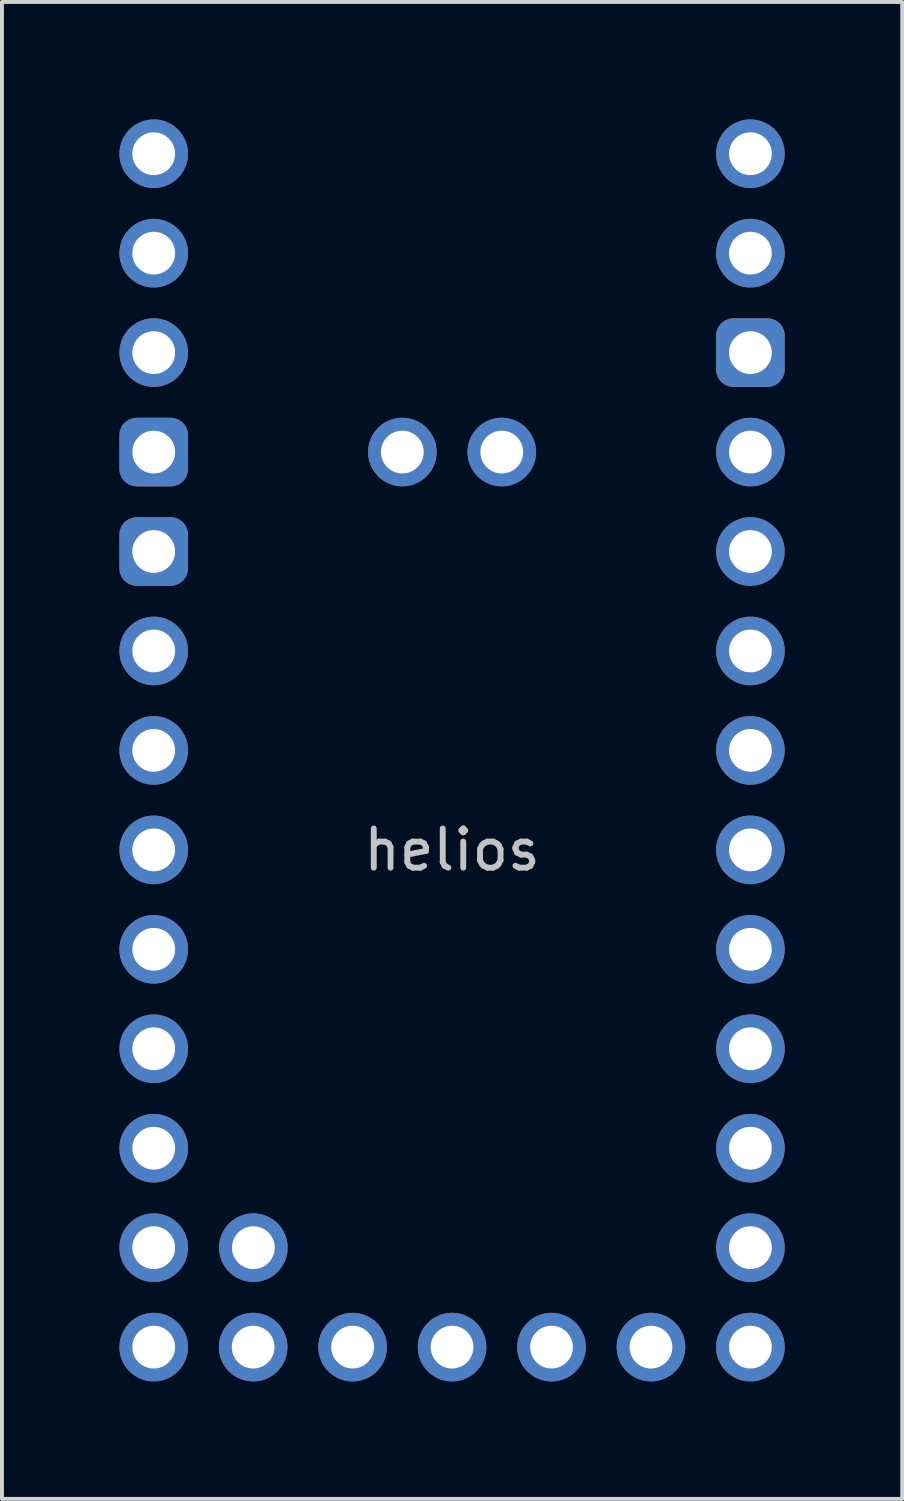
<source format=kicad_pcb>
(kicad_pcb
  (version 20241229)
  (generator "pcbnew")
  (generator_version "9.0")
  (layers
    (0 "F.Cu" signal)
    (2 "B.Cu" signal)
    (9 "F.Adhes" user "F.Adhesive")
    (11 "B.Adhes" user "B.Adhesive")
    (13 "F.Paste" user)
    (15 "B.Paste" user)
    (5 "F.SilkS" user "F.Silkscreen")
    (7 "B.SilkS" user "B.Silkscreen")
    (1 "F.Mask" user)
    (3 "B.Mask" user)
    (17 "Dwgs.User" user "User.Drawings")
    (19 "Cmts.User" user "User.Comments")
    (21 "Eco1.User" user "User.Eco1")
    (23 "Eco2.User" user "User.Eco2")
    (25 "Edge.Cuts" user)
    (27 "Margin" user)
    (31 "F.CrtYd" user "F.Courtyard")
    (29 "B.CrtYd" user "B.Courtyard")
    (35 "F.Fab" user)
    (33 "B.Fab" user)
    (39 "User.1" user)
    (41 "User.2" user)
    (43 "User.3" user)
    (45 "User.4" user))
  (footprint "helios"
    (layer "F.Cu")
    (at 8.496 17.386)
    (property "Reference" "helios" (at 0 1.27 0) (layer "Dwgs.User") (effects (font (size 1 1) (thickness 0.15))))
    (attr exclude_from_pos_files exclude_from_bom)
    (pad "1" thru_hole circle (at -7.62 -16.51 270) (size 1.753 1.753) (drill 1.092) (layers "*.Cu" "*.Mask"))
    (pad "2" thru_hole circle (at -7.62 -13.97 270) (size 1.753 1.753) (drill 1.092) (layers "*.Cu" "*.Mask"))
    (pad "3" thru_hole circle (at -7.62 -11.43 270) (size 1.753 1.753) (drill 1.092) (layers "*.Cu" "*.Mask"))
    (pad "4" thru_hole roundrect (at -7.62 -8.89 270) (size 1.753 1.753) (drill 1.092) (layers "*.Cu" "*.Mask") (roundrect_rratio 0.25))
    (pad "5" thru_hole roundrect (at -7.62 -6.35 270) (size 1.753 1.753) (drill 1.092) (layers "*.Cu" "*.Mask") (roundrect_rratio 0.25))
    (pad "6" thru_hole circle (at -7.62 -3.81 270) (size 1.753 1.753) (drill 1.092) (layers "*.Cu" "*.Mask"))
    (pad "7" thru_hole circle (at -7.62 -1.27 270) (size 1.753 1.753) (drill 1.092) (layers "*.Cu" "*.Mask"))
    (pad "8" thru_hole circle (at -7.62 1.27 270) (size 1.753 1.753) (drill 1.092) (layers "*.Cu" "*.Mask"))
    (pad "9" thru_hole circle (at -7.62 3.81 270) (size 1.753 1.753) (drill 1.092) (layers "*.Cu" "*.Mask"))
    (pad "10" thru_hole circle (at -7.62 6.35 270) (size 1.753 1.753) (drill 1.092) (layers "*.Cu" "*.Mask"))
    (pad "11" thru_hole circle (at -7.62 8.89 270) (size 1.753 1.753) (drill 1.092) (layers "*.Cu" "*.Mask"))
    (pad "12" thru_hole circle (at -7.62 11.43 270) (size 1.753 1.753) (drill 1.092) (layers "*.Cu" "*.Mask"))
    (pad "13" thru_hole circle (at -7.62 13.97 270) (size 1.753 1.753) (drill 1.092) (layers "*.Cu" "*.Mask"))
    (pad "14" thru_hole circle (at -5.08 13.97 270) (size 1.753 1.753) (drill 1.092) (layers "*.Cu" "*.Mask"))
    (pad "15" thru_hole circle (at -2.54 13.97 270) (size 1.753 1.753) (drill 1.092) (layers "*.Cu" "*.Mask"))
    (pad "16" thru_hole circle (at 0 13.97 270) (size 1.753 1.753) (drill 1.092) (layers "*.Cu" "*.Mask"))
    (pad "17" thru_hole circle (at 2.54 13.97 270) (size 1.753 1.753) (drill 1.092) (layers "*.Cu" "*.Mask"))
    (pad "18" thru_hole circle (at 5.08 13.97 270) (size 1.753 1.753) (drill 1.092) (layers "*.Cu" "*.Mask"))
    (pad "19" thru_hole circle (at 7.62 13.97 270) (size 1.753 1.753) (drill 1.092) (layers "*.Cu" "*.Mask"))
    (pad "20" thru_hole circle (at 7.62 11.43 270) (size 1.753 1.753) (drill 1.092) (layers "*.Cu" "*.Mask"))
    (pad "21" thru_hole circle (at 7.62 8.89 270) (size 1.753 1.753) (drill 1.092) (layers "*.Cu" "*.Mask"))
    (pad "22" thru_hole circle (at 7.62 6.35 270) (size 1.753 1.753) (drill 1.092) (layers "*.Cu" "*.Mask"))
    (pad "23" thru_hole circle (at 7.62 3.81 270) (size 1.753 1.753) (drill 1.092) (layers "*.Cu" "*.Mask"))
    (pad "24" thru_hole circle (at 7.62 1.27 270) (size 1.753 1.753) (drill 1.092) (layers "*.Cu" "*.Mask"))
    (pad "25" thru_hole circle (at 7.62 -1.27 270) (size 1.753 1.753) (drill 1.092) (layers "*.Cu" "*.Mask"))
    (pad "26" thru_hole circle (at 7.62 -3.81 270) (size 1.753 1.753) (drill 1.092) (layers "*.Cu" "*.Mask"))
    (pad "27" thru_hole circle (at 7.62 -6.35 270) (size 1.753 1.753) (drill 1.092) (layers "*.Cu" "*.Mask"))
    (pad "28" thru_hole circle (at 7.62 -8.89 270) (size 1.753 1.753) (drill 1.092) (layers "*.Cu" "*.Mask"))
    (pad "29" thru_hole roundrect (at 7.62 -11.43 270) (size 1.753 1.753) (drill 1.092) (layers "*.Cu" "*.Mask") (roundrect_rratio 0.25))
    (pad "30" thru_hole circle (at 7.62 -13.97 270) (size 1.753 1.753) (drill 1.092) (layers "*.Cu" "*.Mask"))
    (pad "31" thru_hole circle (at 7.62 -16.51 270) (size 1.753 1.753) (drill 1.092) (layers "*.Cu" "*.Mask"))
    (pad "32" thru_hole circle (at -5.075 11.43 270) (size 1.753 1.753) (drill 1.092) (layers "*.Cu" "*.Mask"))
    (pad "33" thru_hole circle (at 1.27 -8.89 270) (size 1.753 1.753) (drill 1.092) (layers "*.Cu" "*.Mask"))
    (pad "34" thru_hole circle (at -1.27 -8.89 270) (size 1.753 1.753) (drill 1.092) (layers "*.Cu" "*.Mask")))
  (gr_rect
    (start -3 -3)
    (end 19.993 35.233)
    (stroke (width 0.1) (type default))
    (fill no)
    (layer "Edge.Cuts")))
</source>
